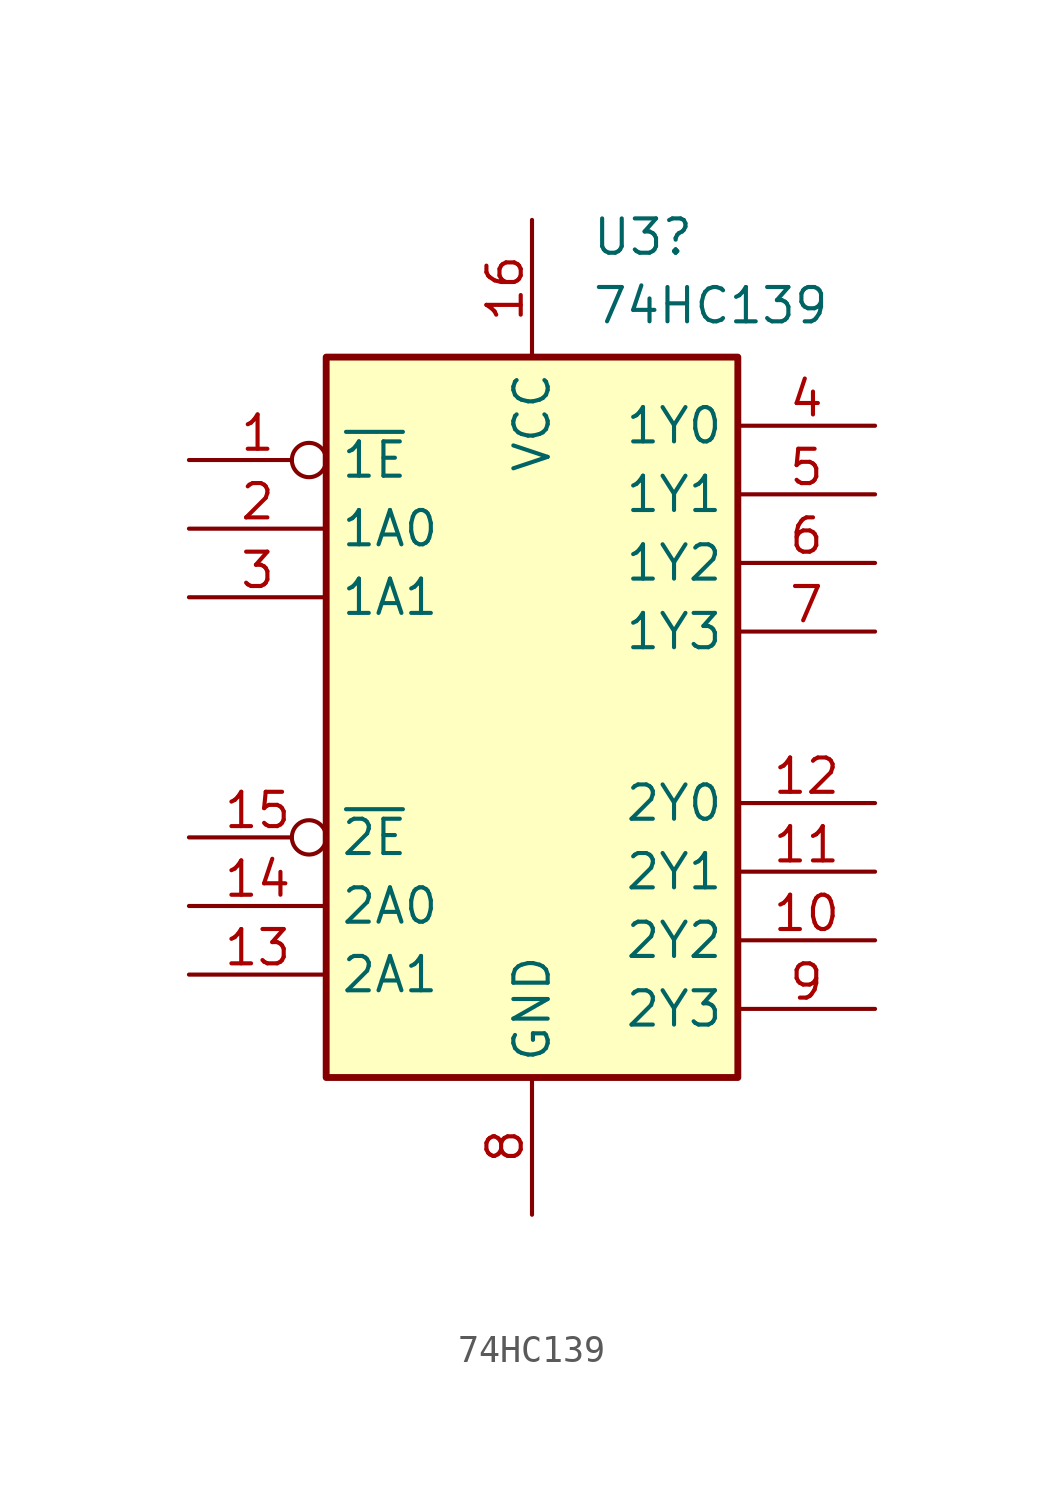
<source format=kicad_sym>
(kicad_symbol_lib
  (version 20241209)
  (generator "kicad_symbol_editor")
  (generator_version "9.0")
  (symbol "74HC139"
    (property "Reference" "U3"
      (at 2.194 17.145 0)
      (effects (font (size 1.27 1.27)) (justify left)))
    (property "Value" "74HC139"
      (at 2.194 14.605 0)
      (effects (font (size 1.27 1.27)) (justify left)))
    (property "Description" ""
      (at 0 0 0)
      (effects (font (size 1.27 1.27))))
    (symbol "74HC139_1_0"
      (pin input inverted (at -12.7 8.89 0) (length 5.08) (name "~{1E}" (effects (font (size 1.27 1.27)))) (number "1" (effects (font (size 1.27 1.27)))))
      (pin input line (at -12.7 6.35 0) (length 5.08) (name "1A0" (effects (font (size 1.27 1.27)))) (number "2" (effects (font (size 1.27 1.27)))))
      (pin input line (at -12.7 3.81 0) (length 5.08) (name "1A1" (effects (font (size 1.27 1.27)))) (number "3" (effects (font (size 1.27 1.27)))))
      (pin input inverted (at -12.7 -5.08 0) (length 5.08) (name "~{2E}" (effects (font (size 1.27 1.27)))) (number "15" (effects (font (size 1.27 1.27)))))
      (pin input line (at -12.7 -7.62 0) (length 5.08) (name "2A0" (effects (font (size 1.27 1.27)))) (number "14" (effects (font (size 1.27 1.27)))))
      (pin input line (at -12.7 -10.16 0) (length 5.08) (name "2A1" (effects (font (size 1.27 1.27)))) (number "13" (effects (font (size 1.27 1.27)))))
      (pin power_in line (at 0 17.78 270) (length 5.08) (name "VCC" (effects (font (size 1.27 1.27)))) (number "16" (effects (font (size 1.27 1.27)))))
      (pin power_in line (at 0 -19.05 90) (length 5.08) (name "GND" (effects (font (size 1.27 1.27)))) (number "8" (effects (font (size 1.27 1.27)))))
      (pin output line (at 12.7 10.16 180) (length 5.08) (name "1Y0" (effects (font (size 1.27 1.27)))) (number "4" (effects (font (size 1.27 1.27)))))
      (pin output line (at 12.7 7.62 180) (length 5.08) (name "1Y1" (effects (font (size 1.27 1.27)))) (number "5" (effects (font (size 1.27 1.27)))))
      (pin output line (at 12.7 5.08 180) (length 5.08) (name "1Y2" (effects (font (size 1.27 1.27)))) (number "6" (effects (font (size 1.27 1.27)))))
      (pin output line (at 12.7 2.54 180) (length 5.08) (name "1Y3" (effects (font (size 1.27 1.27)))) (number "7" (effects (font (size 1.27 1.27)))))
      (pin output line (at 12.7 -3.81 180) (length 5.08) (name "2Y0" (effects (font (size 1.27 1.27)))) (number "12" (effects (font (size 1.27 1.27)))))
      (pin output line (at 12.7 -6.35 180) (length 5.08) (name "2Y1" (effects (font (size 1.27 1.27)))) (number "11" (effects (font (size 1.27 1.27)))))
      (pin output line (at 12.7 -8.89 180) (length 5.08) (name "2Y2" (effects (font (size 1.27 1.27)))) (number "10" (effects (font (size 1.27 1.27)))))
      (pin output line (at 12.7 -11.43 180) (length 5.08) (name "2Y3" (effects (font (size 1.27 1.27)))) (number "9" (effects (font (size 1.27 1.27))))))
    (symbol "74HC139_1_1"
      (rectangle (start -7.62 12.7) (end 7.62 -13.97) (stroke (width 0.254) (type default)) (fill (type background))))))
</source>
